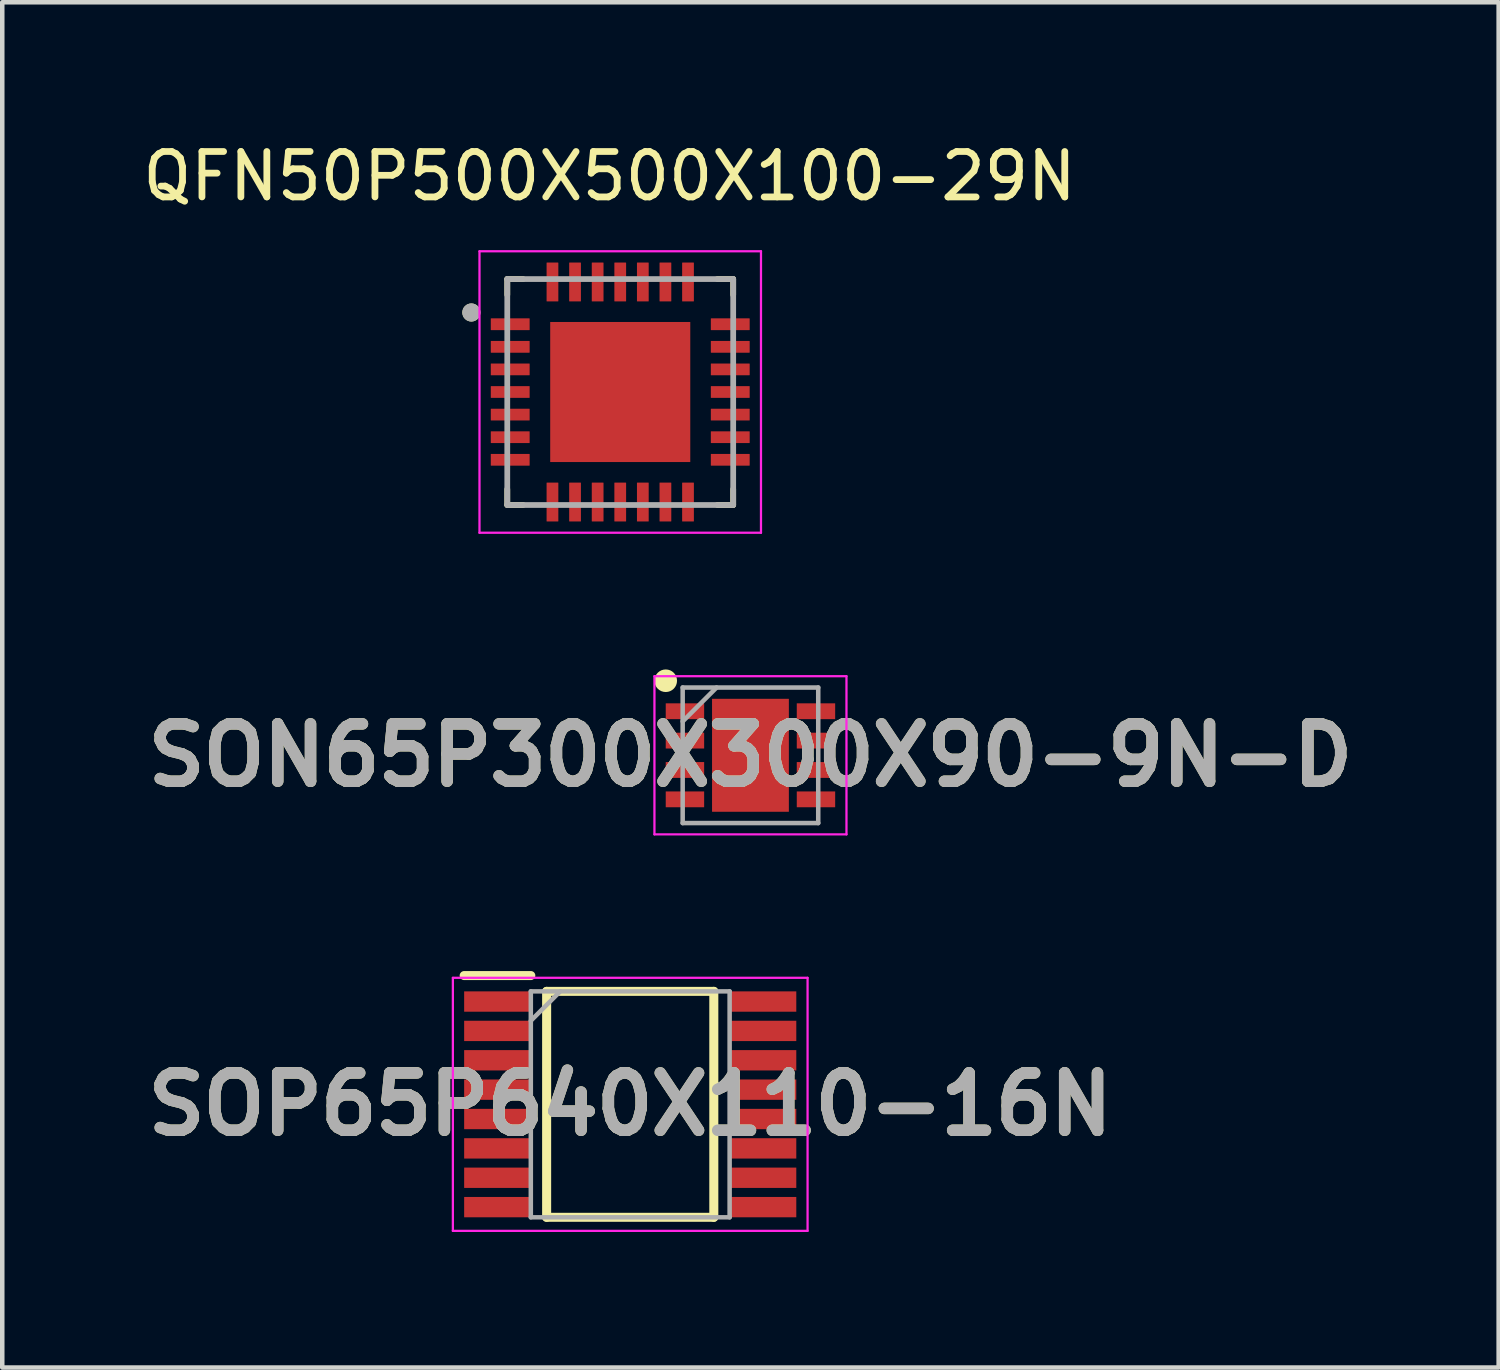
<source format=kicad_pcb>
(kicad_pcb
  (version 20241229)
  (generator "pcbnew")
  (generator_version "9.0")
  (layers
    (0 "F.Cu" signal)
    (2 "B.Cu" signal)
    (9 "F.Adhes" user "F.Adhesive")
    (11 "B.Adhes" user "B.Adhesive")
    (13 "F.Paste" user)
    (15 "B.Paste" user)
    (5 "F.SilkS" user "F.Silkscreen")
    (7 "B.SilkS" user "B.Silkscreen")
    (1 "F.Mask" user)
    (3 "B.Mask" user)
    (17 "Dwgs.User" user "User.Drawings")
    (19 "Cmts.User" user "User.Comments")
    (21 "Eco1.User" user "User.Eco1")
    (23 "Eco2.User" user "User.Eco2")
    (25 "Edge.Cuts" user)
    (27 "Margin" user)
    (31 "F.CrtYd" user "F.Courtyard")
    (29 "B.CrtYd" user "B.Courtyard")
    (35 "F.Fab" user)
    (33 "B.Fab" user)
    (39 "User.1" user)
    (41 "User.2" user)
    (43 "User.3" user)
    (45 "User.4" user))
  (footprint "SOP65P640X110-16N"
    (layer "F.Cu")
    (at 10.898 21.391)
    (property "Reference" "SOP65P640X110-16N" (at 0 0 0) (layer "F.SilkS") (effects (font (size 1.27 1.27) (thickness 0.254))))
    (attr smd)
    (fp_line (start -3.675 -2.85) (end -2.2 -2.85) (stroke (width 0.2) (type solid)) (layer "F.SilkS"))
    (fp_line (start -1.85 -2.5) (end 1.85 -2.5) (stroke (width 0.2) (type solid)) (layer "F.SilkS"))
    (fp_line (start -1.85 2.5) (end -1.85 -2.5) (stroke (width 0.2) (type solid)) (layer "F.SilkS"))
    (fp_line (start 1.85 -2.5) (end 1.85 2.5) (stroke (width 0.2) (type solid)) (layer "F.SilkS"))
    (fp_line (start 1.85 2.5) (end -1.85 2.5) (stroke (width 0.2) (type solid)) (layer "F.SilkS"))
    (fp_line (start -3.925 -2.8) (end 3.925 -2.8) (stroke (width 0.05) (type solid)) (layer "F.CrtYd"))
    (fp_line (start -3.925 2.8) (end -3.925 -2.8) (stroke (width 0.05) (type solid)) (layer "F.CrtYd"))
    (fp_line (start 3.925 -2.8) (end 3.925 2.8) (stroke (width 0.05) (type solid)) (layer "F.CrtYd"))
    (fp_line (start 3.925 2.8) (end -3.925 2.8) (stroke (width 0.05) (type solid)) (layer "F.CrtYd"))
    (fp_line (start -2.2 -2.5) (end 2.2 -2.5) (stroke (width 0.1) (type solid)) (layer "F.Fab"))
    (fp_line (start -2.2 -1.85) (end -1.55 -2.5) (stroke (width 0.1) (type solid)) (layer "F.Fab"))
    (fp_line (start -2.2 2.5) (end -2.2 -2.5) (stroke (width 0.1) (type solid)) (layer "F.Fab"))
    (fp_line (start 2.2 -2.5) (end 2.2 2.5) (stroke (width 0.1) (type solid)) (layer "F.Fab"))
    (fp_line (start 2.2 2.5) (end -2.2 2.5) (stroke (width 0.1) (type solid)) (layer "F.Fab"))
    (fp_text user "${REFERENCE}" (at 0 0 0) (layer "F.Fab") (effects (font (size 1.27 1.27) (thickness 0.254))))
    (pad "1" smd rect (at -2.938 -2.275 90) (size 0.45 1.475) (layers "F.Cu" "F.Mask" "F.Paste"))
    (pad "2" smd rect (at -2.938 -1.625 90) (size 0.45 1.475) (layers "F.Cu" "F.Mask" "F.Paste"))
    (pad "3" smd rect (at -2.938 -0.975 90) (size 0.45 1.475) (layers "F.Cu" "F.Mask" "F.Paste"))
    (pad "4" smd rect (at -2.938 -0.325 90) (size 0.45 1.475) (layers "F.Cu" "F.Mask" "F.Paste"))
    (pad "5" smd rect (at -2.938 0.325 90) (size 0.45 1.475) (layers "F.Cu" "F.Mask" "F.Paste"))
    (pad "6" smd rect (at -2.938 0.975 90) (size 0.45 1.475) (layers "F.Cu" "F.Mask" "F.Paste"))
    (pad "7" smd rect (at -2.938 1.625 90) (size 0.45 1.475) (layers "F.Cu" "F.Mask" "F.Paste"))
    (pad "8" smd rect (at -2.938 2.275 90) (size 0.45 1.475) (layers "F.Cu" "F.Mask" "F.Paste"))
    (pad "9" smd rect (at 2.938 2.275 90) (size 0.45 1.475) (layers "F.Cu" "F.Mask" "F.Paste"))
    (pad "10" smd rect (at 2.938 1.625 90) (size 0.45 1.475) (layers "F.Cu" "F.Mask" "F.Paste"))
    (pad "11" smd rect (at 2.938 0.975 90) (size 0.45 1.475) (layers "F.Cu" "F.Mask" "F.Paste"))
    (pad "12" smd rect (at 2.938 0.325 90) (size 0.45 1.475) (layers "F.Cu" "F.Mask" "F.Paste"))
    (pad "13" smd rect (at 2.938 -0.325 90) (size 0.45 1.475) (layers "F.Cu" "F.Mask" "F.Paste"))
    (pad "14" smd rect (at 2.938 -0.975 90) (size 0.45 1.475) (layers "F.Cu" "F.Mask" "F.Paste"))
    (pad "15" smd rect (at 2.938 -1.625 90) (size 0.45 1.475) (layers "F.Cu" "F.Mask" "F.Paste"))
    (pad "16" smd rect (at 2.938 -2.275 90) (size 0.45 1.475) (layers "F.Cu" "F.Mask" "F.Paste")))
  (footprint "QFN50P500X500X100-29N"
    (layer "F.Cu")
    (at 10.677 5.626)
    (property "Reference" "QFN50P500X500X100-29N" (at -0.236 -4.775 0) (layer "F.SilkS") (effects (font (size 1.005 1.005) (thickness 0.15))))
    (attr smd)
    (fp_line (start -2.5 -2.5) (end -2.5 -2.15) (stroke (width 0.127) (type solid)) (layer "F.SilkS"))
    (fp_line (start -2.5 -2.5) (end -2.15 -2.5) (stroke (width 0.127) (type solid)) (layer "F.SilkS"))
    (fp_line (start -2.5 2.5) (end -2.5 2.15) (stroke (width 0.127) (type solid)) (layer "F.SilkS"))
    (fp_line (start -2.5 2.5) (end -2.15 2.5) (stroke (width 0.127) (type solid)) (layer "F.SilkS"))
    (fp_line (start 2.5 -2.5) (end 2.15 -2.5) (stroke (width 0.127) (type solid)) (layer "F.SilkS"))
    (fp_line (start 2.5 -2.5) (end 2.5 -2.15) (stroke (width 0.127) (type solid)) (layer "F.SilkS"))
    (fp_line (start 2.5 2.5) (end 2.15 2.5) (stroke (width 0.127) (type solid)) (layer "F.SilkS"))
    (fp_line (start 2.5 2.5) (end 2.5 2.15) (stroke (width 0.127) (type solid)) (layer "F.SilkS"))
    (fp_circle (center -3.295 -1.76) (end -3.195 -1.76) (stroke (width 0.2) (type solid)) (fill no) (layer "F.SilkS"))
    (fp_poly (pts (xy -0.982 -0.98) (xy 0.98 -0.98) (xy 0.98 0.982) (xy -0.982 0.982)) (stroke (width 0.01) (type solid)) (fill yes) (layer "F.Paste"))
    (fp_line (start -3.115 -3.115) (end 3.115 -3.115) (stroke (width 0.05) (type solid)) (layer "F.CrtYd"))
    (fp_line (start -3.115 3.115) (end -3.115 -3.115) (stroke (width 0.05) (type solid)) (layer "F.CrtYd"))
    (fp_line (start -3.115 3.115) (end 3.115 3.115) (stroke (width 0.05) (type solid)) (layer "F.CrtYd"))
    (fp_line (start 3.115 3.115) (end 3.115 -3.115) (stroke (width 0.05) (type solid)) (layer "F.CrtYd"))
    (fp_line (start -2.5 2.5) (end -2.5 -2.5) (stroke (width 0.127) (type solid)) (layer "F.Fab"))
    (fp_line (start 2.5 -2.5) (end -2.5 -2.5) (stroke (width 0.127) (type solid)) (layer "F.Fab"))
    (fp_line (start 2.5 2.5) (end -2.5 2.5) (stroke (width 0.127) (type solid)) (layer "F.Fab"))
    (fp_line (start 2.5 2.5) (end 2.5 -2.5) (stroke (width 0.127) (type solid)) (layer "F.Fab"))
    (fp_circle (center -3.295 -1.76) (end -3.195 -1.76) (stroke (width 0.2) (type solid)) (fill no) (layer "F.Fab"))
    (pad "1" smd roundrect (at -2.435 -1.5) (size 0.86 0.26) (layers "F.Cu" "F.Mask" "F.Paste") (roundrect_rratio 0.03))
    (pad "2" smd roundrect (at -2.435 -1) (size 0.86 0.26) (layers "F.Cu" "F.Mask" "F.Paste") (roundrect_rratio 0.03))
    (pad "3" smd roundrect (at -2.435 -0.5) (size 0.86 0.26) (layers "F.Cu" "F.Mask" "F.Paste") (roundrect_rratio 0.03))
    (pad "4" smd roundrect (at -2.435 0) (size 0.86 0.26) (layers "F.Cu" "F.Mask" "F.Paste") (roundrect_rratio 0.03))
    (pad "5" smd roundrect (at -2.435 0.5) (size 0.86 0.26) (layers "F.Cu" "F.Mask" "F.Paste") (roundrect_rratio 0.03))
    (pad "6" smd roundrect (at -2.435 1) (size 0.86 0.26) (layers "F.Cu" "F.Mask" "F.Paste") (roundrect_rratio 0.03))
    (pad "7" smd roundrect (at -2.435 1.5) (size 0.86 0.26) (layers "F.Cu" "F.Mask" "F.Paste") (roundrect_rratio 0.03))
    (pad "8" smd roundrect (at -1.5 2.435 90) (size 0.86 0.26) (layers "F.Cu" "F.Mask" "F.Paste") (roundrect_rratio 0.03))
    (pad "9" smd roundrect (at -1 2.435 90) (size 0.86 0.26) (layers "F.Cu" "F.Mask" "F.Paste") (roundrect_rratio 0.03))
    (pad "10" smd roundrect (at -0.5 2.435 90) (size 0.86 0.26) (layers "F.Cu" "F.Mask" "F.Paste") (roundrect_rratio 0.03))
    (pad "11" smd roundrect (at 0 2.435 90) (size 0.86 0.26) (layers "F.Cu" "F.Mask" "F.Paste") (roundrect_rratio 0.03))
    (pad "12" smd roundrect (at 0.5 2.435 90) (size 0.86 0.26) (layers "F.Cu" "F.Mask" "F.Paste") (roundrect_rratio 0.03))
    (pad "13" smd roundrect (at 1 2.435 90) (size 0.86 0.26) (layers "F.Cu" "F.Mask" "F.Paste") (roundrect_rratio 0.03))
    (pad "14" smd roundrect (at 1.5 2.435 90) (size 0.86 0.26) (layers "F.Cu" "F.Mask" "F.Paste") (roundrect_rratio 0.03))
    (pad "15" smd roundrect (at 2.435 1.5) (size 0.86 0.26) (layers "F.Cu" "F.Mask" "F.Paste") (roundrect_rratio 0.03))
    (pad "16" smd roundrect (at 2.435 1) (size 0.86 0.26) (layers "F.Cu" "F.Mask" "F.Paste") (roundrect_rratio 0.03))
    (pad "17" smd roundrect (at 2.435 0.5) (size 0.86 0.26) (layers "F.Cu" "F.Mask" "F.Paste") (roundrect_rratio 0.03))
    (pad "18" smd roundrect (at 2.435 0) (size 0.86 0.26) (layers "F.Cu" "F.Mask" "F.Paste") (roundrect_rratio 0.03))
    (pad "19" smd roundrect (at 2.435 -0.5) (size 0.86 0.26) (layers "F.Cu" "F.Mask" "F.Paste") (roundrect_rratio 0.03))
    (pad "20" smd roundrect (at 2.435 -1) (size 0.86 0.26) (layers "F.Cu" "F.Mask" "F.Paste") (roundrect_rratio 0.03))
    (pad "21" smd roundrect (at 2.435 -1.5) (size 0.86 0.26) (layers "F.Cu" "F.Mask" "F.Paste") (roundrect_rratio 0.03))
    (pad "22" smd roundrect (at 1.5 -2.435 90) (size 0.86 0.26) (layers "F.Cu" "F.Mask" "F.Paste") (roundrect_rratio 0.03))
    (pad "23" smd roundrect (at 1 -2.435 90) (size 0.86 0.26) (layers "F.Cu" "F.Mask" "F.Paste") (roundrect_rratio 0.03))
    (pad "24" smd roundrect (at 0.5 -2.435 90) (size 0.86 0.26) (layers "F.Cu" "F.Mask" "F.Paste") (roundrect_rratio 0.03))
    (pad "25" smd roundrect (at 0 -2.435 90) (size 0.86 0.26) (layers "F.Cu" "F.Mask" "F.Paste") (roundrect_rratio 0.03))
    (pad "26" smd roundrect (at -0.5 -2.435 90) (size 0.86 0.26) (layers "F.Cu" "F.Mask" "F.Paste") (roundrect_rratio 0.03))
    (pad "27" smd roundrect (at -1 -2.435 90) (size 0.86 0.26) (layers "F.Cu" "F.Mask" "F.Paste") (roundrect_rratio 0.03))
    (pad "28" smd roundrect (at -1.5 -2.435 90) (size 0.86 0.26) (layers "F.Cu" "F.Mask" "F.Paste") (roundrect_rratio 0.03))
    (pad "29" smd rect (at 0 0) (size 3.1 3.1) (layers "F.Cu" "F.Mask")))
  (footprint "SON65P300X300X90-9N-D"
    (layer "F.Cu")
    (at 13.559 13.666)
    (property "Reference" "SON65P300X300X90-9N-D" (at 0 0 0) (layer "F.SilkS") (effects (font (size 1.27 1.27) (thickness 0.254))))
    (attr smd)
    (fp_circle (center -1.875 -1.65) (end -1.875 -1.525) (stroke (width 0.25) (type solid)) (fill no) (layer "F.SilkS"))
    (fp_line (start -2.125 -1.75) (end 2.125 -1.75) (stroke (width 0.05) (type solid)) (layer "F.CrtYd"))
    (fp_line (start -2.125 1.75) (end -2.125 -1.75) (stroke (width 0.05) (type solid)) (layer "F.CrtYd"))
    (fp_line (start 2.125 -1.75) (end 2.125 1.75) (stroke (width 0.05) (type solid)) (layer "F.CrtYd"))
    (fp_line (start 2.125 1.75) (end -2.125 1.75) (stroke (width 0.05) (type solid)) (layer "F.CrtYd"))
    (fp_line (start -1.5 -1.5) (end 1.5 -1.5) (stroke (width 0.1) (type solid)) (layer "F.Fab"))
    (fp_line (start -1.5 -0.75) (end -0.75 -1.5) (stroke (width 0.1) (type solid)) (layer "F.Fab"))
    (fp_line (start -1.5 1.5) (end -1.5 -1.5) (stroke (width 0.1) (type solid)) (layer "F.Fab"))
    (fp_line (start 1.5 -1.5) (end 1.5 1.5) (stroke (width 0.1) (type solid)) (layer "F.Fab"))
    (fp_line (start 1.5 1.5) (end -1.5 1.5) (stroke (width 0.1) (type solid)) (layer "F.Fab"))
    (fp_text user "${REFERENCE}" (at 0 0 0) (layer "F.Fab") (effects (font (size 1.27 1.27) (thickness 0.254))))
    (pad "1" smd rect (at -1.45 -0.975 90) (size 0.35 0.85) (layers "F.Cu" "F.Mask" "F.Paste"))
    (pad "2" smd rect (at -1.45 -0.325 90) (size 0.35 0.85) (layers "F.Cu" "F.Mask" "F.Paste"))
    (pad "3" smd rect (at -1.45 0.325 90) (size 0.35 0.85) (layers "F.Cu" "F.Mask" "F.Paste"))
    (pad "4" smd rect (at -1.45 0.975 90) (size 0.35 0.85) (layers "F.Cu" "F.Mask" "F.Paste"))
    (pad "5" smd rect (at 1.45 0.975 90) (size 0.35 0.85) (layers "F.Cu" "F.Mask" "F.Paste"))
    (pad "6" smd rect (at 1.45 0.325 90) (size 0.35 0.85) (layers "F.Cu" "F.Mask" "F.Paste"))
    (pad "7" smd rect (at 1.45 -0.325 90) (size 0.35 0.85) (layers "F.Cu" "F.Mask" "F.Paste"))
    (pad "8" smd rect (at 1.45 -0.975 90) (size 0.35 0.85) (layers "F.Cu" "F.Mask" "F.Paste"))
    (pad "9" smd rect (at 0 0) (size 1.7 2.5) (layers "F.Cu" "F.Mask" "F.Paste")))
  (gr_rect
    (start -3 -3)
    (end 30.118 27.216)
    (stroke (width 0.1) (type default))
    (fill no)
    (layer "Edge.Cuts")))
</source>
